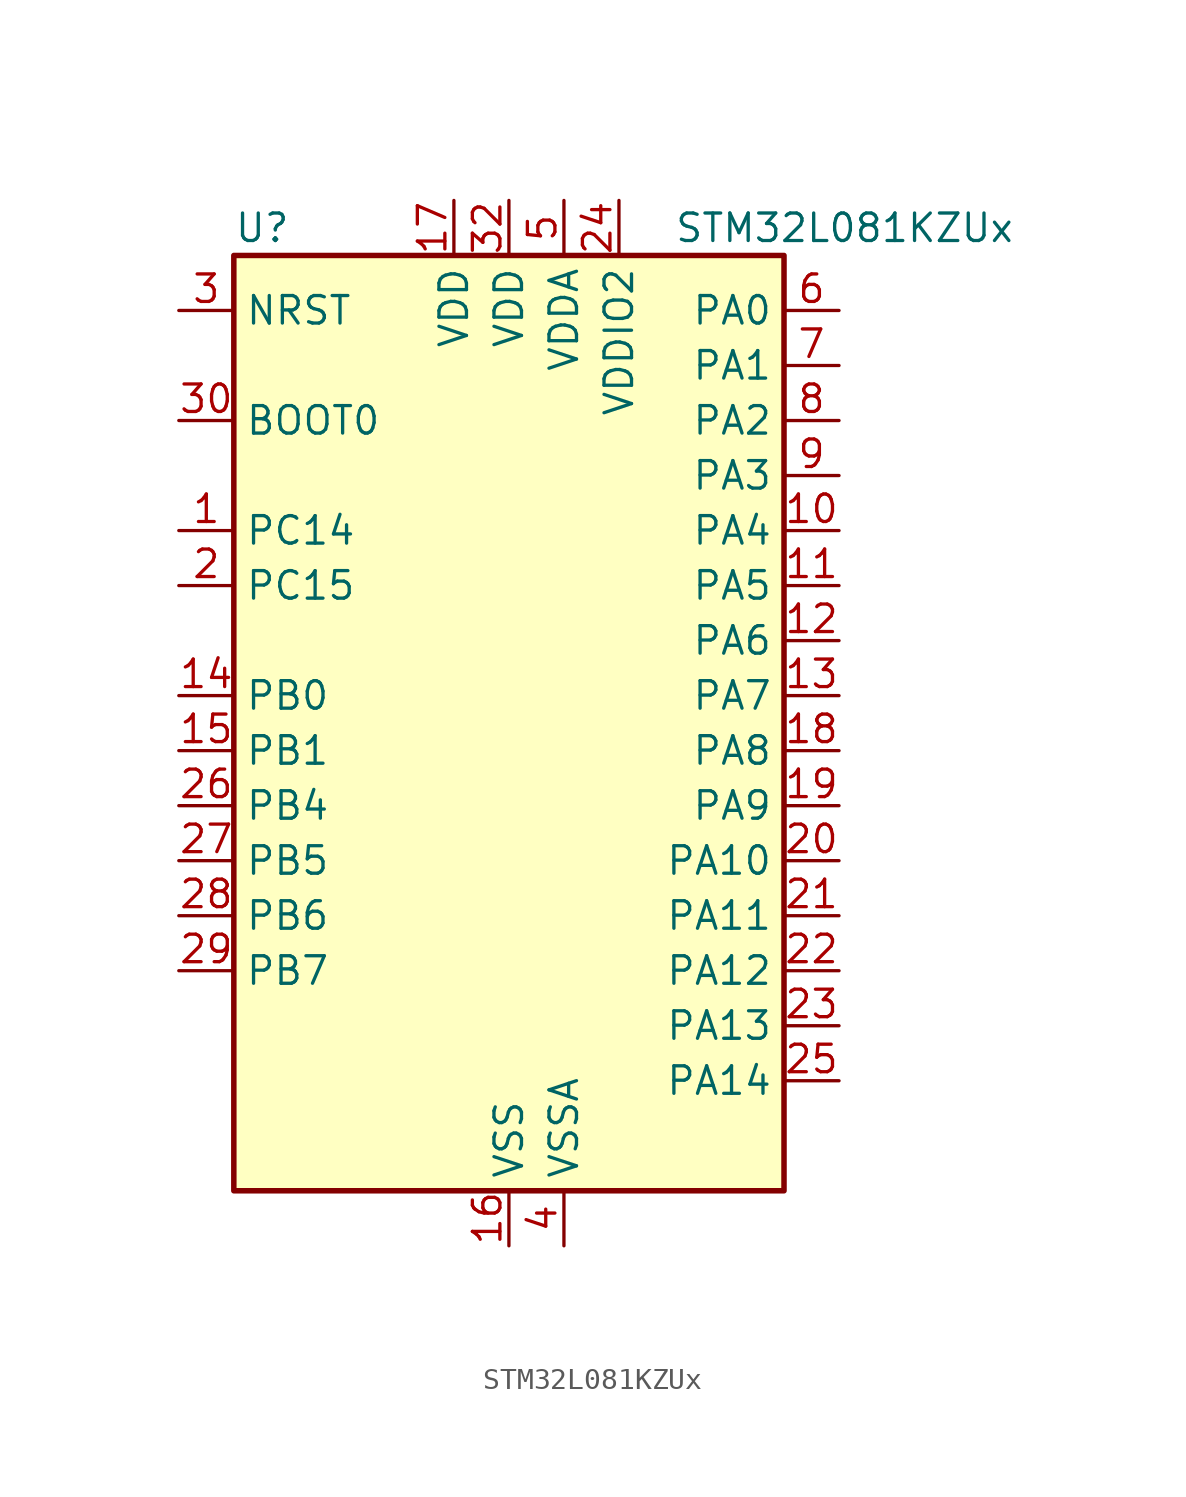
<source format=kicad_sym>
(kicad_symbol_lib
  (version 20220914)
  (generator kicad_symbol_editor)
  (symbol "STM32L081KZUx"
    (property "Reference" "U"
      (at -12.7 24.13 0)
      (effects (font (size 1.27 1.27)) (justify left)))
    (property "Value" "STM32L081KZUx"
      (at 7.62 24.13 0)
      (effects (font (size 1.27 1.27)) (justify left)))
    (property "ki_locked" ""
      (at 0 0 0)
      (effects (font (size 1.27 1.27))))
    (symbol "STM32L081KZUx_0_1"
      (rectangle (start -12.7 -20.32) (end 12.7 22.86) (stroke (width 0.254) (type default)) (fill (type background))))
    (symbol "STM32L081KZUx_1_1"
      (pin bidirectional line (at -15.24 10.16 0) (length 2.54) (name "PC14" (effects (font (size 1.27 1.27)))) (number "1" (effects (font (size 1.27 1.27)))) (alternate "RCC_OSC32_IN" bidirectional line))
      (pin bidirectional line (at 15.24 10.16 180) (length 2.54) (name "PA4" (effects (font (size 1.27 1.27)))) (number "10" (effects (font (size 1.27 1.27)))) (alternate "ADC_IN4" bidirectional line) (alternate "COMP1_INM" bidirectional line) (alternate "COMP2_INM" bidirectional line) (alternate "SPI1_NSS" bidirectional line) (alternate "TIM22_ETR" bidirectional line) (alternate "USART2_CK" bidirectional line))
      (pin bidirectional line (at 15.24 7.62 180) (length 2.54) (name "PA5" (effects (font (size 1.27 1.27)))) (number "11" (effects (font (size 1.27 1.27)))) (alternate "ADC_IN5" bidirectional line) (alternate "COMP1_INM" bidirectional line) (alternate "COMP2_INM" bidirectional line) (alternate "SPI1_SCK" bidirectional line) (alternate "TIM2_CH1" bidirectional line) (alternate "TIM2_ETR" bidirectional line))
      (pin bidirectional line (at 15.24 5.08 180) (length 2.54) (name "PA6" (effects (font (size 1.27 1.27)))) (number "12" (effects (font (size 1.27 1.27)))) (alternate "ADC_IN6" bidirectional line) (alternate "COMP1_OUT" bidirectional line) (alternate "LPUART1_CTS" bidirectional line) (alternate "SPI1_MISO" bidirectional line) (alternate "TIM22_CH1" bidirectional line) (alternate "TIM3_CH1" bidirectional line))
      (pin bidirectional line (at 15.24 2.54 180) (length 2.54) (name "PA7" (effects (font (size 1.27 1.27)))) (number "13" (effects (font (size 1.27 1.27)))) (alternate "ADC_IN7" bidirectional line) (alternate "COMP2_OUT" bidirectional line) (alternate "SPI1_MOSI" bidirectional line) (alternate "TIM22_CH2" bidirectional line) (alternate "TIM3_CH2" bidirectional line))
      (pin bidirectional line (at -15.24 2.54 0) (length 2.54) (name "PB0" (effects (font (size 1.27 1.27)))) (number "14" (effects (font (size 1.27 1.27)))) (alternate "ADC_IN8" bidirectional line) (alternate "SYS_VREF_OUT_PB0" bidirectional line) (alternate "TIM3_CH3" bidirectional line))
      (pin bidirectional line (at -15.24 0 0) (length 2.54) (name "PB1" (effects (font (size 1.27 1.27)))) (number "15" (effects (font (size 1.27 1.27)))) (alternate "ADC_IN9" bidirectional line) (alternate "LPUART1_DE" bidirectional line) (alternate "LPUART1_RTS" bidirectional line) (alternate "SYS_VREF_OUT_PB1" bidirectional line) (alternate "TIM3_CH4" bidirectional line))
      (pin power_in line (at 0 -22.86 90) (length 2.54) (name "VSS" (effects (font (size 1.27 1.27)))) (number "16" (effects (font (size 1.27 1.27)))))
      (pin power_in line (at -2.54 25.4 270) (length 2.54) (name "VDD" (effects (font (size 1.27 1.27)))) (number "17" (effects (font (size 1.27 1.27)))))
      (pin bidirectional line (at 15.24 0 180) (length 2.54) (name "PA8" (effects (font (size 1.27 1.27)))) (number "18" (effects (font (size 1.27 1.27)))) (alternate "I2C3_SCL" bidirectional line) (alternate "RCC_MCO" bidirectional line) (alternate "USART1_CK" bidirectional line))
      (pin bidirectional line (at 15.24 -2.54 180) (length 2.54) (name "PA9" (effects (font (size 1.27 1.27)))) (number "19" (effects (font (size 1.27 1.27)))) (alternate "I2C1_SCL" bidirectional line) (alternate "I2C3_SMBA" bidirectional line) (alternate "RCC_MCO" bidirectional line) (alternate "USART1_TX" bidirectional line))
      (pin bidirectional line (at -15.24 7.62 0) (length 2.54) (name "PC15" (effects (font (size 1.27 1.27)))) (number "2" (effects (font (size 1.27 1.27)))) (alternate "RCC_OSC32_OUT" bidirectional line))
      (pin bidirectional line (at 15.24 -5.08 180) (length 2.54) (name "PA10" (effects (font (size 1.27 1.27)))) (number "20" (effects (font (size 1.27 1.27)))) (alternate "I2C1_SDA" bidirectional line) (alternate "USART1_RX" bidirectional line))
      (pin bidirectional line (at 15.24 -7.62 180) (length 2.54) (name "PA11" (effects (font (size 1.27 1.27)))) (number "21" (effects (font (size 1.27 1.27)))) (alternate "ADC_EXTI11" bidirectional line) (alternate "COMP1_OUT" bidirectional line) (alternate "SPI1_MISO" bidirectional line) (alternate "USART1_CTS" bidirectional line))
      (pin bidirectional line (at 15.24 -10.16 180) (length 2.54) (name "PA12" (effects (font (size 1.27 1.27)))) (number "22" (effects (font (size 1.27 1.27)))) (alternate "COMP2_OUT" bidirectional line) (alternate "SPI1_MOSI" bidirectional line) (alternate "USART1_DE" bidirectional line) (alternate "USART1_RTS" bidirectional line))
      (pin bidirectional line (at 15.24 -12.7 180) (length 2.54) (name "PA13" (effects (font (size 1.27 1.27)))) (number "23" (effects (font (size 1.27 1.27)))) (alternate "LPUART1_RX" bidirectional line) (alternate "SYS_SWDIO" bidirectional line))
      (pin power_in line (at 5.08 25.4 270) (length 2.54) (name "VDDIO2" (effects (font (size 1.27 1.27)))) (number "24" (effects (font (size 1.27 1.27)))))
      (pin bidirectional line (at 15.24 -15.24 180) (length 2.54) (name "PA14" (effects (font (size 1.27 1.27)))) (number "25" (effects (font (size 1.27 1.27)))) (alternate "LPUART1_TX" bidirectional line) (alternate "SYS_SWCLK" bidirectional line) (alternate "USART2_TX" bidirectional line))
      (pin bidirectional line (at -15.24 -2.54 0) (length 2.54) (name "PB4" (effects (font (size 1.27 1.27)))) (number "26" (effects (font (size 1.27 1.27)))) (alternate "COMP2_INP" bidirectional line) (alternate "I2C3_SDA" bidirectional line) (alternate "SPI1_MISO" bidirectional line) (alternate "TIM22_CH1" bidirectional line) (alternate "TIM3_CH1" bidirectional line) (alternate "USART1_CTS" bidirectional line))
      (pin bidirectional line (at -15.24 -5.08 0) (length 2.54) (name "PB5" (effects (font (size 1.27 1.27)))) (number "27" (effects (font (size 1.27 1.27)))) (alternate "COMP2_INP" bidirectional line) (alternate "I2C1_SMBA" bidirectional line) (alternate "LPTIM1_IN1" bidirectional line) (alternate "SPI1_MOSI" bidirectional line) (alternate "TIM22_CH2" bidirectional line) (alternate "TIM3_CH2" bidirectional line) (alternate "USART1_CK" bidirectional line))
      (pin bidirectional line (at -15.24 -7.62 0) (length 2.54) (name "PB6" (effects (font (size 1.27 1.27)))) (number "28" (effects (font (size 1.27 1.27)))) (alternate "COMP2_INP" bidirectional line) (alternate "I2C1_SCL" bidirectional line) (alternate "LPTIM1_ETR" bidirectional line) (alternate "USART1_TX" bidirectional line))
      (pin bidirectional line (at -15.24 -10.16 0) (length 2.54) (name "PB7" (effects (font (size 1.27 1.27)))) (number "29" (effects (font (size 1.27 1.27)))) (alternate "COMP2_INP" bidirectional line) (alternate "I2C1_SDA" bidirectional line) (alternate "LPTIM1_IN2" bidirectional line) (alternate "SYS_PVD_IN" bidirectional line) (alternate "USART1_RX" bidirectional line) (alternate "USART4_CTS" bidirectional line))
      (pin input line (at -15.24 20.32 0) (length 2.54) (name "NRST" (effects (font (size 1.27 1.27)))) (number "3" (effects (font (size 1.27 1.27)))))
      (pin input line (at -15.24 15.24 0) (length 2.54) (name "BOOT0" (effects (font (size 1.27 1.27)))) (number "30" (effects (font (size 1.27 1.27)))))
      (pin passive line (at 0 -22.86 90) (length 2.54) hide (name "VSS" (effects (font (size 1.27 1.27)))) (number "31" (effects (font (size 1.27 1.27)))))
      (pin power_in line (at 0 25.4 270) (length 2.54) (name "VDD" (effects (font (size 1.27 1.27)))) (number "32" (effects (font (size 1.27 1.27)))))
      (pin passive line (at 0 -22.86 90) (length 2.54) hide (name "VSS" (effects (font (size 1.27 1.27)))) (number "33" (effects (font (size 1.27 1.27)))))
      (pin power_in line (at 2.54 -22.86 90) (length 2.54) (name "VSSA" (effects (font (size 1.27 1.27)))) (number "4" (effects (font (size 1.27 1.27)))))
      (pin power_in line (at 2.54 25.4 270) (length 2.54) (name "VDDA" (effects (font (size 1.27 1.27)))) (number "5" (effects (font (size 1.27 1.27)))))
      (pin bidirectional line (at 15.24 20.32 180) (length 2.54) (name "PA0" (effects (font (size 1.27 1.27)))) (number "6" (effects (font (size 1.27 1.27)))) (alternate "ADC_IN0" bidirectional line) (alternate "COMP1_INM" bidirectional line) (alternate "COMP1_OUT" bidirectional line) (alternate "RTC_TAMP2" bidirectional line) (alternate "SYS_WKUP1" bidirectional line) (alternate "TIM2_CH1" bidirectional line) (alternate "TIM2_ETR" bidirectional line) (alternate "USART2_CTS" bidirectional line) (alternate "USART4_TX" bidirectional line))
      (pin bidirectional line (at 15.24 17.78 180) (length 2.54) (name "PA1" (effects (font (size 1.27 1.27)))) (number "7" (effects (font (size 1.27 1.27)))) (alternate "ADC_IN1" bidirectional line) (alternate "COMP1_INP" bidirectional line) (alternate "TIM21_ETR" bidirectional line) (alternate "TIM2_CH2" bidirectional line) (alternate "USART2_DE" bidirectional line) (alternate "USART2_RTS" bidirectional line) (alternate "USART4_RX" bidirectional line))
      (pin bidirectional line (at 15.24 15.24 180) (length 2.54) (name "PA2" (effects (font (size 1.27 1.27)))) (number "8" (effects (font (size 1.27 1.27)))) (alternate "ADC_IN2" bidirectional line) (alternate "COMP2_INM" bidirectional line) (alternate "COMP2_OUT" bidirectional line) (alternate "LPUART1_TX" bidirectional line) (alternate "TIM21_CH1" bidirectional line) (alternate "TIM2_CH3" bidirectional line) (alternate "USART2_TX" bidirectional line))
      (pin bidirectional line (at 15.24 12.7 180) (length 2.54) (name "PA3" (effects (font (size 1.27 1.27)))) (number "9" (effects (font (size 1.27 1.27)))) (alternate "ADC_IN3" bidirectional line) (alternate "COMP2_INP" bidirectional line) (alternate "LPUART1_RX" bidirectional line) (alternate "TIM21_CH2" bidirectional line) (alternate "TIM2_CH4" bidirectional line) (alternate "USART2_RX" bidirectional line)))))
</source>
